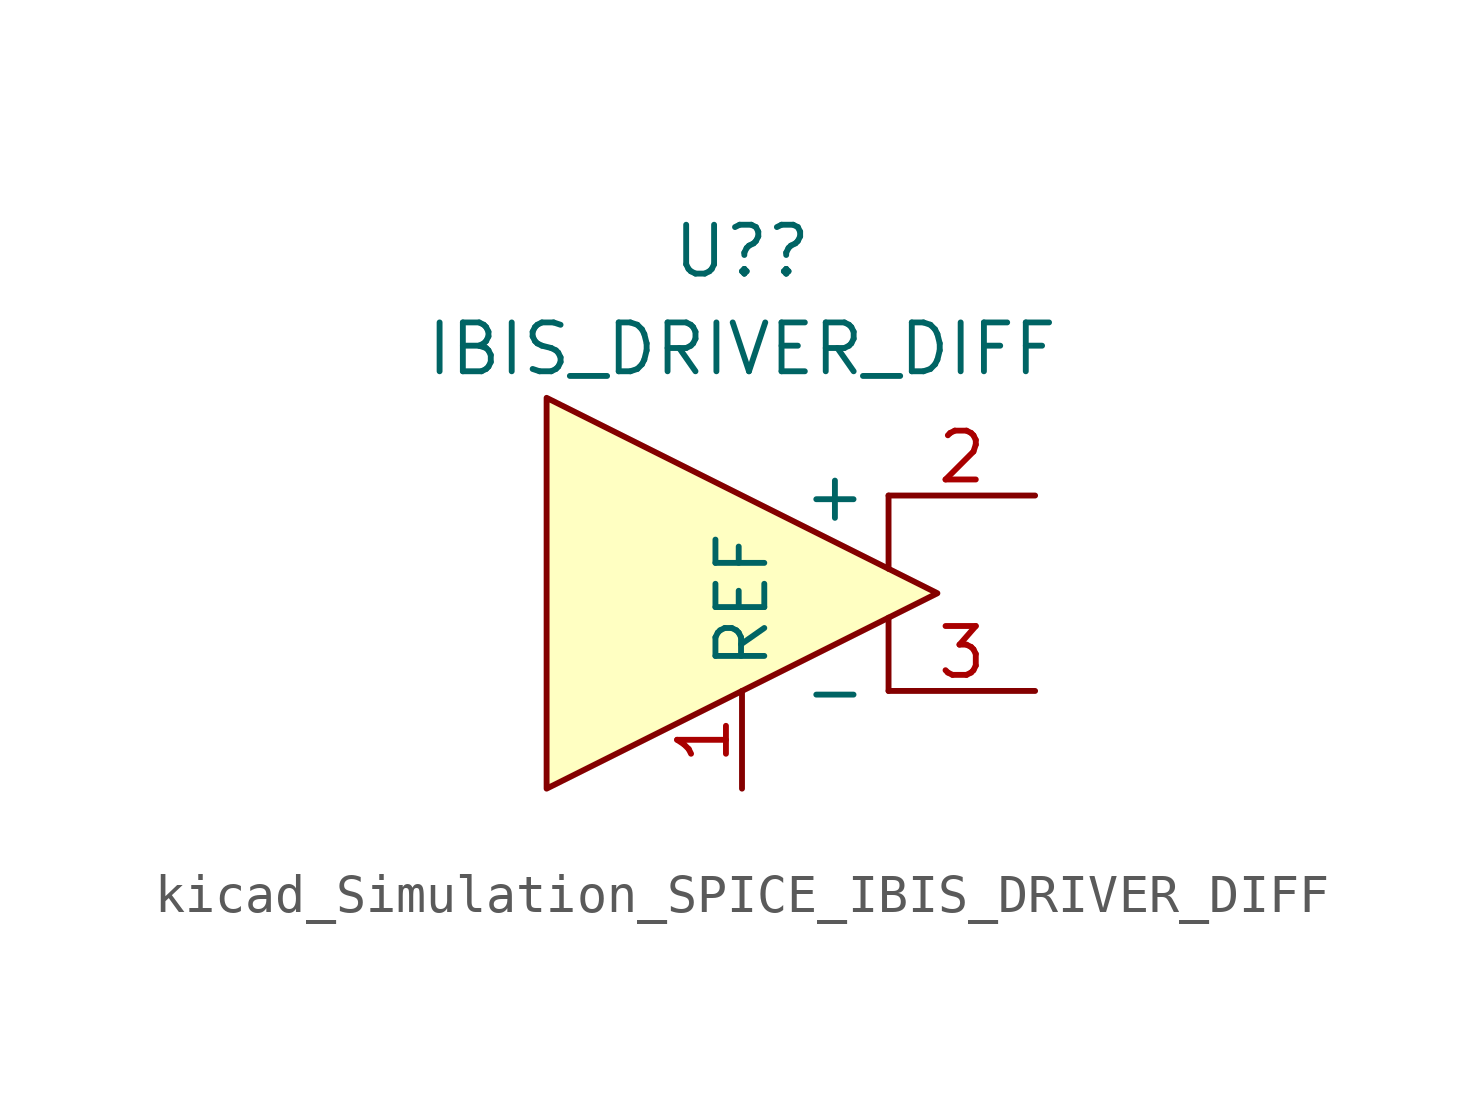
<source format=kicad_sym>
(kicad_symbol_lib
  (version 20220914)
  (generator kicad_symbol_editor)
  (symbol "kicad_Simulation_SPICE_IBIS_DRIVER_DIFF"
    (property "Reference" "U?"
      (at 0 8.89 0)
      (effects (font (size 1.27 1.27))))
    (property "Value" "IBIS_DRIVER_DIFF"
      (at 0 6.35 0)
      (effects (font (size 1.27 1.27))))
    (symbol "kicad_Simulation_SPICE_IBIS_DRIVER_DIFF_0_1"
      (polyline (pts (xy 3.81 -2.54) (xy 3.81 -0.635)) (stroke (width 0) (type default)) (fill (type none)))
      (polyline (pts (xy 3.81 2.54) (xy 3.81 0.635)) (stroke (width 0) (type default)) (fill (type none)))
      (polyline (pts (xy 5.08 0) (xy -5.08 5.08) (xy -5.08 -5.08) (xy 5.08 0)) (stroke (width 0) (type default)) (fill (type background))))
    (symbol "kicad_Simulation_SPICE_IBIS_DRIVER_DIFF_1_1"
      (pin power_in line (at 0 -5.08 90) (length 2.54) (name "REF" (effects (font (size 1.27 1.27)))) (number "1" (effects (font (size 1.27 1.27)))))
      (pin bidirectional line (at 7.62 2.54 180) (length 3.81) (name "+" (effects (font (size 1.27 1.27)))) (number "2" (effects (font (size 1.27 1.27)))))
      (pin bidirectional line (at 7.62 -2.54 180) (length 3.81) (name "-" (effects (font (size 1.27 1.27)))) (number "3" (effects (font (size 1.27 1.27))))))))
</source>
